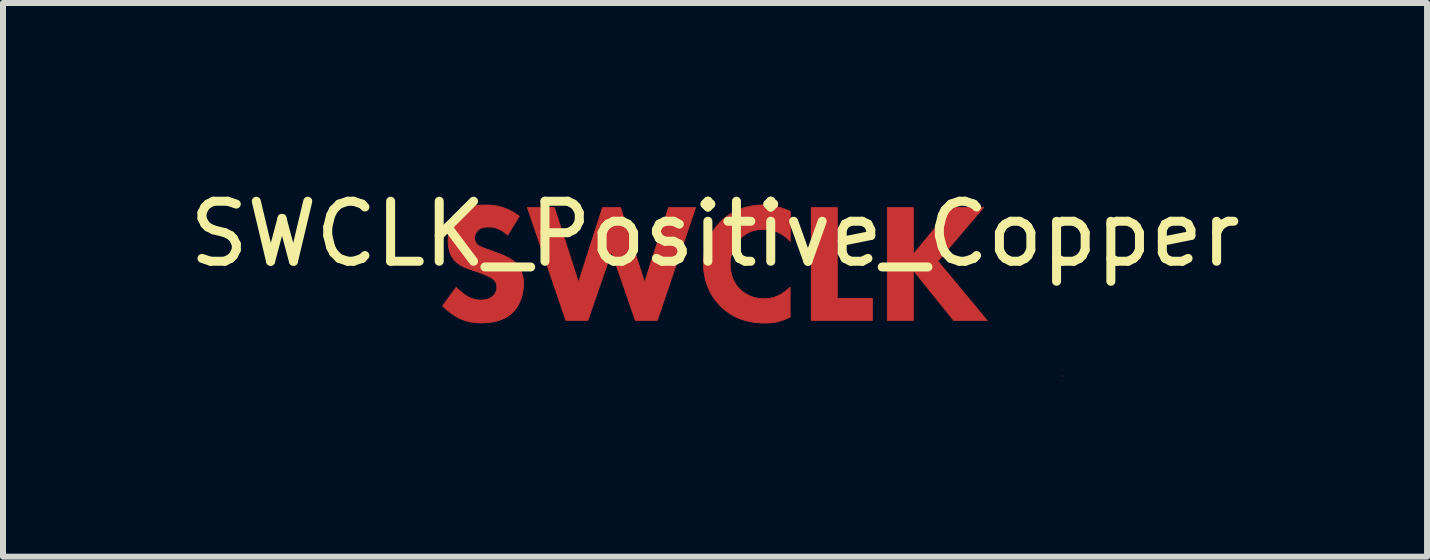
<source format=kicad_pcb>
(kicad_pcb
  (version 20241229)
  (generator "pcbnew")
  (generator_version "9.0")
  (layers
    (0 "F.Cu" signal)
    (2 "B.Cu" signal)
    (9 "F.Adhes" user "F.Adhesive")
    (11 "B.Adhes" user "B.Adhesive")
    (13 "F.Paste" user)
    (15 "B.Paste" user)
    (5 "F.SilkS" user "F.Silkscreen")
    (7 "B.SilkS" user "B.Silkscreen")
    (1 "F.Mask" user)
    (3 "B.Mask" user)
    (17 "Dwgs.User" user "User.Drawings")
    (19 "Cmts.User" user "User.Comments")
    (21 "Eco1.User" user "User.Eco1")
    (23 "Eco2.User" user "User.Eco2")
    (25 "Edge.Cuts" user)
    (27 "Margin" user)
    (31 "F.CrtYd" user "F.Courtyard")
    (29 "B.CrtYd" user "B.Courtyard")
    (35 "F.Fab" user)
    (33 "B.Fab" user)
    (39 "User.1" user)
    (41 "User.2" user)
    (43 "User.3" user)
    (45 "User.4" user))
  (footprint "SWCLK_Positive_Copper"
    (layer "F.Cu")
    (at 8.863 1.348)
    (property "Reference" "SWCLK_Positive_Copper" (at 0 -0.5 0) (unlocked yes) (layer "F.SilkS") (effects (font (size 1 1) (thickness 0.15))))
    (fp_poly (pts (xy 5.786 1.87) (xy 5.786 1.868) (xy 5.789 1.866)) (stroke (width 0.013) (type solid)) (fill yes) (layer "F.Cu"))
    (fp_poly (pts (xy 2.037 0.573) (xy 2.623 0.573) (xy 2.623 0.94) (xy 1.603 0.94) (xy 1.603 -0.941) (xy 2.037 -0.941)) (stroke (width 0.013) (type solid)) (fill yes) (layer "F.Cu"))
    (fp_poly (pts (xy -2.274 0.305) (xy -1.875 -0.941) (xy -1.575 -0.941) (xy -1.173 0.305) (xy -0.774 -0.941) (xy -0.323 -0.941) (xy -0.961 0.94) (xy -1.328 0.94) (xy -1.723 -0.203) (xy -2.118 0.94) (xy -2.485 0.94) (xy -3.127 -0.941) (xy -2.676 -0.941)) (stroke (width 0.013) (type solid)) (fill yes) (layer "F.Cu"))
    (fp_poly (pts (xy 3.304 -0.162) (xy 3.946 -0.941) (xy 4.475 -0.941) (xy 3.713 -0.048) (xy 4.535 0.943) (xy 3.978 0.943) (xy 3.304 0.107) (xy 3.304 0.943) (xy 2.87 0.943) (xy 2.87 -0.158) (xy 3.3 -0.158) (xy 3.304 -0.158) (xy 3.304 -0.162) (xy 3.3 -0.158) (xy 2.87 -0.158) (xy 2.87 -0.941) (xy 3.304 -0.941)) (stroke (width 0.013) (type solid)) (fill yes) (layer "F.Cu"))
    (fp_poly (pts (xy 0.826 -0.983) (xy 0.85 -0.982) (xy 0.874 -0.98) (xy 0.899 -0.978) (xy 0.925 -0.975) (xy 0.951 -0.971) (xy 0.978 -0.966) (xy 1.006 -0.961) (xy 1.034 -0.954) (xy 1.063 -0.946) (xy 1.093 -0.938) (xy 1.123 -0.928) (xy 1.155 -0.917) (xy 1.187 -0.905) (xy 1.22 -0.892) (xy 1.254 -0.877) (xy 1.254 -0.376) (xy 1.236 -0.395) (xy 1.216 -0.414) (xy 1.195 -0.433) (xy 1.173 -0.451) (xy 1.15 -0.468) (xy 1.126 -0.485) (xy 1.1 -0.5) (xy 1.073 -0.515) (xy 1.045 -0.529) (xy 1.016 -0.541) (xy 0.985 -0.551) (xy 0.97 -0.556) (xy 0.953 -0.56) (xy 0.937 -0.564) (xy 0.92 -0.568) (xy 0.903 -0.57) (xy 0.886 -0.573) (xy 0.868 -0.575) (xy 0.85 -0.576) (xy 0.832 -0.577) (xy 0.813 -0.577) (xy 0.784 -0.577) (xy 0.755 -0.575) (xy 0.727 -0.572) (xy 0.7 -0.568) (xy 0.673 -0.563) (xy 0.648 -0.556) (xy 0.623 -0.549) (xy 0.598 -0.54) (xy 0.575 -0.53) (xy 0.552 -0.519) (xy 0.53 -0.507) (xy 0.508 -0.494) (xy 0.487 -0.479) (xy 0.467 -0.464) (xy 0.447 -0.447) (xy 0.429 -0.429) (xy 0.409 -0.409) (xy 0.391 -0.389) (xy 0.373 -0.367) (xy 0.356 -0.343) (xy 0.341 -0.319) (xy 0.326 -0.294) (xy 0.313 -0.268) (xy 0.301 -0.241) (xy 0.29 -0.213) (xy 0.28 -0.185) (xy 0.272 -0.155) (xy 0.265 -0.125) (xy 0.259 -0.093) (xy 0.255 -0.061) (xy 0.253 -0.029) (xy 0.252 0.005) (xy 0.253 0.04) (xy 0.256 0.075) (xy 0.26 0.108) (xy 0.266 0.14) (xy 0.273 0.17) (xy 0.281 0.199) (xy 0.291 0.227) (xy 0.302 0.254) (xy 0.313 0.279) (xy 0.326 0.303) (xy 0.339 0.326) (xy 0.353 0.348) (xy 0.368 0.368) (xy 0.383 0.387) (xy 0.399 0.405) (xy 0.414 0.421) (xy 0.423 0.429) (xy 0.434 0.439) (xy 0.447 0.45) (xy 0.462 0.462) (xy 0.48 0.475) (xy 0.499 0.488) (xy 0.522 0.502) (xy 0.546 0.515) (xy 0.559 0.521) (xy 0.572 0.528) (xy 0.587 0.534) (xy 0.601 0.54) (xy 0.616 0.545) (xy 0.632 0.551) (xy 0.649 0.556) (xy 0.665 0.56) (xy 0.683 0.565) (xy 0.701 0.568) (xy 0.719 0.572) (xy 0.738 0.575) (xy 0.758 0.577) (xy 0.778 0.578) (xy 0.799 0.579) (xy 0.82 0.58) (xy 0.842 0.579) (xy 0.864 0.578) (xy 0.888 0.576) (xy 0.912 0.572) (xy 0.937 0.567) (xy 0.962 0.561) (xy 0.989 0.553) (xy 1.016 0.544) (xy 1.043 0.532) (xy 1.071 0.518) (xy 1.1 0.503) (xy 1.129 0.485) (xy 1.159 0.464) (xy 1.189 0.441) (xy 1.22 0.415) (xy 1.251 0.386) (xy 1.251 0.885) (xy 1.223 0.898) (xy 1.193 0.912) (xy 1.164 0.924) (xy 1.135 0.935) (xy 1.107 0.944) (xy 1.079 0.953) (xy 1.052 0.96) (xy 1.026 0.966) (xy 1 0.971) (xy 0.975 0.975) (xy 0.951 0.979) (xy 0.927 0.981) (xy 0.881 0.985) (xy 0.838 0.985) (xy 0.774 0.984) (xy 0.713 0.98) (xy 0.655 0.973) (xy 0.599 0.964) (xy 0.545 0.953) (xy 0.494 0.939) (xy 0.444 0.924) (xy 0.398 0.906) (xy 0.353 0.887) (xy 0.311 0.866) (xy 0.271 0.843) (xy 0.233 0.819) (xy 0.197 0.793) (xy 0.163 0.767) (xy 0.131 0.739) (xy 0.1 0.71) (xy 0.069 0.679) (xy 0.039 0.645) (xy 0.011 0.61) (xy -0.017 0.573) (xy -0.042 0.534) (xy -0.067 0.493) (xy -0.089 0.45) (xy -0.109 0.406) (xy -0.128 0.36) (xy -0.144 0.312) (xy -0.159 0.263) (xy -0.17 0.213) (xy -0.18 0.161) (xy -0.187 0.108) (xy -0.191 0.053) (xy -0.192 -0.002) (xy -0.191 -0.058) (xy -0.187 -0.112) (xy -0.18 -0.165) (xy -0.17 -0.216) (xy -0.159 -0.266) (xy -0.144 -0.315) (xy -0.128 -0.362) (xy -0.109 -0.407) (xy -0.089 -0.451) (xy -0.067 -0.493) (xy -0.042 -0.534) (xy -0.017 -0.573) (xy 0.011 -0.61) (xy 0.039 -0.646) (xy 0.069 -0.679) (xy 0.1 -0.711) (xy 0.132 -0.741) (xy 0.166 -0.77) (xy 0.202 -0.797) (xy 0.239 -0.822) (xy 0.278 -0.846) (xy 0.318 -0.869) (xy 0.36 -0.889) (xy 0.404 -0.908) (xy 0.449 -0.925) (xy 0.495 -0.94) (xy 0.543 -0.953) (xy 0.593 -0.963) (xy 0.643 -0.972) (xy 0.695 -0.978) (xy 0.748 -0.982) (xy 0.803 -0.983)) (stroke (width 0.013) (type solid)) (fill yes) (layer "F.Cu"))
    (fp_poly (pts (xy -3.766 -0.982) (xy -3.738 -0.98) (xy -3.707 -0.977) (xy -3.676 -0.973) (xy -3.643 -0.968) (xy -3.609 -0.961) (xy -3.573 -0.952) (xy -3.537 -0.941) (xy -3.5 -0.928) (xy -3.461 -0.913) (xy -3.422 -0.895) (xy -3.383 -0.875) (xy -3.343 -0.852) (xy -3.302 -0.825) (xy -3.261 -0.796) (xy -3.455 -0.479) (xy -3.455 -0.482) (xy -3.482 -0.504) (xy -3.507 -0.524) (xy -3.532 -0.542) (xy -3.557 -0.557) (xy -3.58 -0.569) (xy -3.603 -0.58) (xy -3.625 -0.589) (xy -3.646 -0.597) (xy -3.666 -0.603) (xy -3.685 -0.607) (xy -3.703 -0.611) (xy -3.719 -0.613) (xy -3.735 -0.615) (xy -3.749 -0.616) (xy -3.773 -0.616) (xy -3.796 -0.616) (xy -3.808 -0.615) (xy -3.82 -0.614) (xy -3.832 -0.613) (xy -3.844 -0.611) (xy -3.857 -0.609) (xy -3.869 -0.606) (xy -3.881 -0.602) (xy -3.893 -0.598) (xy -3.904 -0.592) (xy -3.915 -0.586) (xy -3.926 -0.579) (xy -3.937 -0.572) (xy -3.942 -0.567) (xy -3.947 -0.563) (xy -3.952 -0.558) (xy -3.956 -0.553) (xy -3.962 -0.547) (xy -3.967 -0.541) (xy -3.971 -0.535) (xy -3.976 -0.529) (xy -3.98 -0.522) (xy -3.984 -0.515) (xy -3.988 -0.508) (xy -3.992 -0.501) (xy -3.995 -0.493) (xy -3.998 -0.485) (xy -4 -0.477) (xy -4.002 -0.468) (xy -4.004 -0.46) (xy -4.005 -0.451) (xy -4.006 -0.442) (xy -4.006 -0.433) (xy -4.006 -0.424) (xy -4.005 -0.416) (xy -4.004 -0.408) (xy -4.003 -0.401) (xy -4.002 -0.393) (xy -4 -0.386) (xy -3.998 -0.38) (xy -3.995 -0.373) (xy -3.992 -0.367) (xy -3.989 -0.361) (xy -3.986 -0.355) (xy -3.982 -0.349) (xy -3.978 -0.343) (xy -3.973 -0.338) (xy -3.969 -0.332) (xy -3.963 -0.327) (xy -3.955 -0.319) (xy -3.945 -0.312) (xy -3.936 -0.305) (xy -3.925 -0.299) (xy -3.914 -0.293) (xy -3.902 -0.287) (xy -3.889 -0.281) (xy -3.876 -0.275) (xy -3.861 -0.269) (xy -3.846 -0.263) (xy -3.811 -0.251) (xy -3.727 -0.221) (xy -3.586 -0.168) (xy -3.555 -0.156) (xy -3.522 -0.142) (xy -3.488 -0.127) (xy -3.472 -0.119) (xy -3.455 -0.11) (xy -3.438 -0.101) (xy -3.421 -0.092) (xy -3.405 -0.082) (xy -3.389 -0.071) (xy -3.373 -0.06) (xy -3.358 -0.049) (xy -3.343 -0.036) (xy -3.329 -0.023) (xy -3.309 -0.003) (xy -3.291 0.017) (xy -3.275 0.039) (xy -3.261 0.06) (xy -3.248 0.082) (xy -3.237 0.105) (xy -3.227 0.127) (xy -3.219 0.15) (xy -3.212 0.173) (xy -3.206 0.195) (xy -3.201 0.218) (xy -3.197 0.24) (xy -3.194 0.262) (xy -3.192 0.284) (xy -3.191 0.305) (xy -3.191 0.326) (xy -3.192 0.362) (xy -3.194 0.397) (xy -3.198 0.432) (xy -3.203 0.466) (xy -3.209 0.499) (xy -3.217 0.531) (xy -3.226 0.563) (xy -3.237 0.593) (xy -3.248 0.622) (xy -3.261 0.65) (xy -3.274 0.677) (xy -3.289 0.703) (xy -3.305 0.727) (xy -3.321 0.75) (xy -3.339 0.772) (xy -3.357 0.791) (xy -3.372 0.808) (xy -3.389 0.823) (xy -3.405 0.837) (xy -3.422 0.85) (xy -3.439 0.863) (xy -3.457 0.875) (xy -3.493 0.896) (xy -3.529 0.914) (xy -3.566 0.929) (xy -3.602 0.942) (xy -3.639 0.953) (xy -3.675 0.961) (xy -3.71 0.968) (xy -3.745 0.973) (xy -3.777 0.977) (xy -3.809 0.98) (xy -3.838 0.981) (xy -3.889 0.982) (xy -3.914 0.982) (xy -3.939 0.981) (xy -3.963 0.98) (xy -3.988 0.978) (xy -4.011 0.975) (xy -4.035 0.972) (xy -4.058 0.969) (xy -4.082 0.964) (xy -4.105 0.959) (xy -4.128 0.954) (xy -4.15 0.947) (xy -4.173 0.94) (xy -4.196 0.932) (xy -4.218 0.924) (xy -4.241 0.915) (xy -4.263 0.904) (xy -4.281 0.895) (xy -4.3 0.884) (xy -4.318 0.873) (xy -4.337 0.861) (xy -4.355 0.849) (xy -4.374 0.837) (xy -4.41 0.81) (xy -4.446 0.782) (xy -4.479 0.755) (xy -4.51 0.727) (xy -4.539 0.7) (xy -4.313 0.389) (xy -4.293 0.408) (xy -4.272 0.428) (xy -4.249 0.448) (xy -4.226 0.468) (xy -4.202 0.487) (xy -4.179 0.505) (xy -4.168 0.513) (xy -4.157 0.521) (xy -4.147 0.528) (xy -4.136 0.534) (xy -4.122 0.542) (xy -4.109 0.55) (xy -4.095 0.557) (xy -4.081 0.564) (xy -4.066 0.57) (xy -4.052 0.575) (xy -4.038 0.58) (xy -4.023 0.585) (xy -4.009 0.589) (xy -3.994 0.592) (xy -3.979 0.595) (xy -3.964 0.597) (xy -3.948 0.599) (xy -3.932 0.6) (xy -3.916 0.601) (xy -3.9 0.601) (xy -3.889 0.601) (xy -3.878 0.6) (xy -3.866 0.6) (xy -3.854 0.598) (xy -3.842 0.597) (xy -3.829 0.595) (xy -3.817 0.592) (xy -3.804 0.589) (xy -3.791 0.585) (xy -3.778 0.581) (xy -3.765 0.576) (xy -3.752 0.57) (xy -3.739 0.563) (xy -3.727 0.555) (xy -3.715 0.547) (xy -3.702 0.537) (xy -3.696 0.531) (xy -3.689 0.525) (xy -3.683 0.518) (xy -3.677 0.51) (xy -3.671 0.502) (xy -3.666 0.494) (xy -3.661 0.485) (xy -3.656 0.476) (xy -3.651 0.467) (xy -3.647 0.456) (xy -3.644 0.446) (xy -3.642 0.44) (xy -3.641 0.435) (xy -3.64 0.429) (xy -3.639 0.423) (xy -3.638 0.417) (xy -3.637 0.411) (xy -3.636 0.405) (xy -3.636 0.399) (xy -3.636 0.392) (xy -3.635 0.386) (xy -3.636 0.374) (xy -3.637 0.363) (xy -3.638 0.353) (xy -3.64 0.343) (xy -3.642 0.333) (xy -3.645 0.324) (xy -3.649 0.315) (xy -3.653 0.307) (xy -3.657 0.299) (xy -3.662 0.291) (xy -3.667 0.284) (xy -3.673 0.277) (xy -3.679 0.27) (xy -3.685 0.264) (xy -3.692 0.258) (xy -3.699 0.252) (xy -3.709 0.244) (xy -3.72 0.236) (xy -3.733 0.228) (xy -3.746 0.22) (xy -3.761 0.213) (xy -3.776 0.205) (xy -3.807 0.191) (xy -3.838 0.178) (xy -3.868 0.165) (xy -3.918 0.146) (xy -4.073 0.093) (xy -4.107 0.081) (xy -4.141 0.067) (xy -4.176 0.053) (xy -4.193 0.045) (xy -4.21 0.036) (xy -4.227 0.027) (xy -4.244 0.017) (xy -4.26 0.007) (xy -4.276 -0.004) (xy -4.291 -0.015) (xy -4.306 -0.028) (xy -4.32 -0.041) (xy -4.334 -0.055) (xy -4.351 -0.075) (xy -4.367 -0.096) (xy -4.381 -0.117) (xy -4.393 -0.138) (xy -4.404 -0.16) (xy -4.413 -0.181) (xy -4.421 -0.203) (xy -4.427 -0.225) (xy -4.433 -0.246) (xy -4.437 -0.267) (xy -4.441 -0.288) (xy -4.443 -0.308) (xy -4.445 -0.328) (xy -4.446 -0.347) (xy -4.447 -0.383) (xy -4.446 -0.415) (xy -4.444 -0.445) (xy -4.442 -0.476) (xy -4.437 -0.505) (xy -4.432 -0.534) (xy -4.425 -0.562) (xy -4.417 -0.59) (xy -4.408 -0.617) (xy -4.397 -0.643) (xy -4.385 -0.669) (xy -4.372 -0.694) (xy -4.358 -0.718) (xy -4.341 -0.742) (xy -4.324 -0.765) (xy -4.305 -0.788) (xy -4.285 -0.81) (xy -4.259 -0.834) (xy -4.233 -0.856) (xy -4.207 -0.876) (xy -4.18 -0.894) (xy -4.153 -0.91) (xy -4.125 -0.924) (xy -4.096 -0.936) (xy -4.068 -0.947) (xy -4.038 -0.956) (xy -4.008 -0.964) (xy -3.978 -0.97) (xy -3.947 -0.975) (xy -3.916 -0.979) (xy -3.884 -0.981) (xy -3.852 -0.983) (xy -3.819 -0.983)) (stroke (width 0.013) (type solid)) (fill yes) (layer "F.Cu")))
  (gr_rect
    (start -3 -3)
    (end 20.726 6.225)
    (stroke (width 0.1) (type default))
    (fill no)
    (layer "Edge.Cuts")))
</source>
